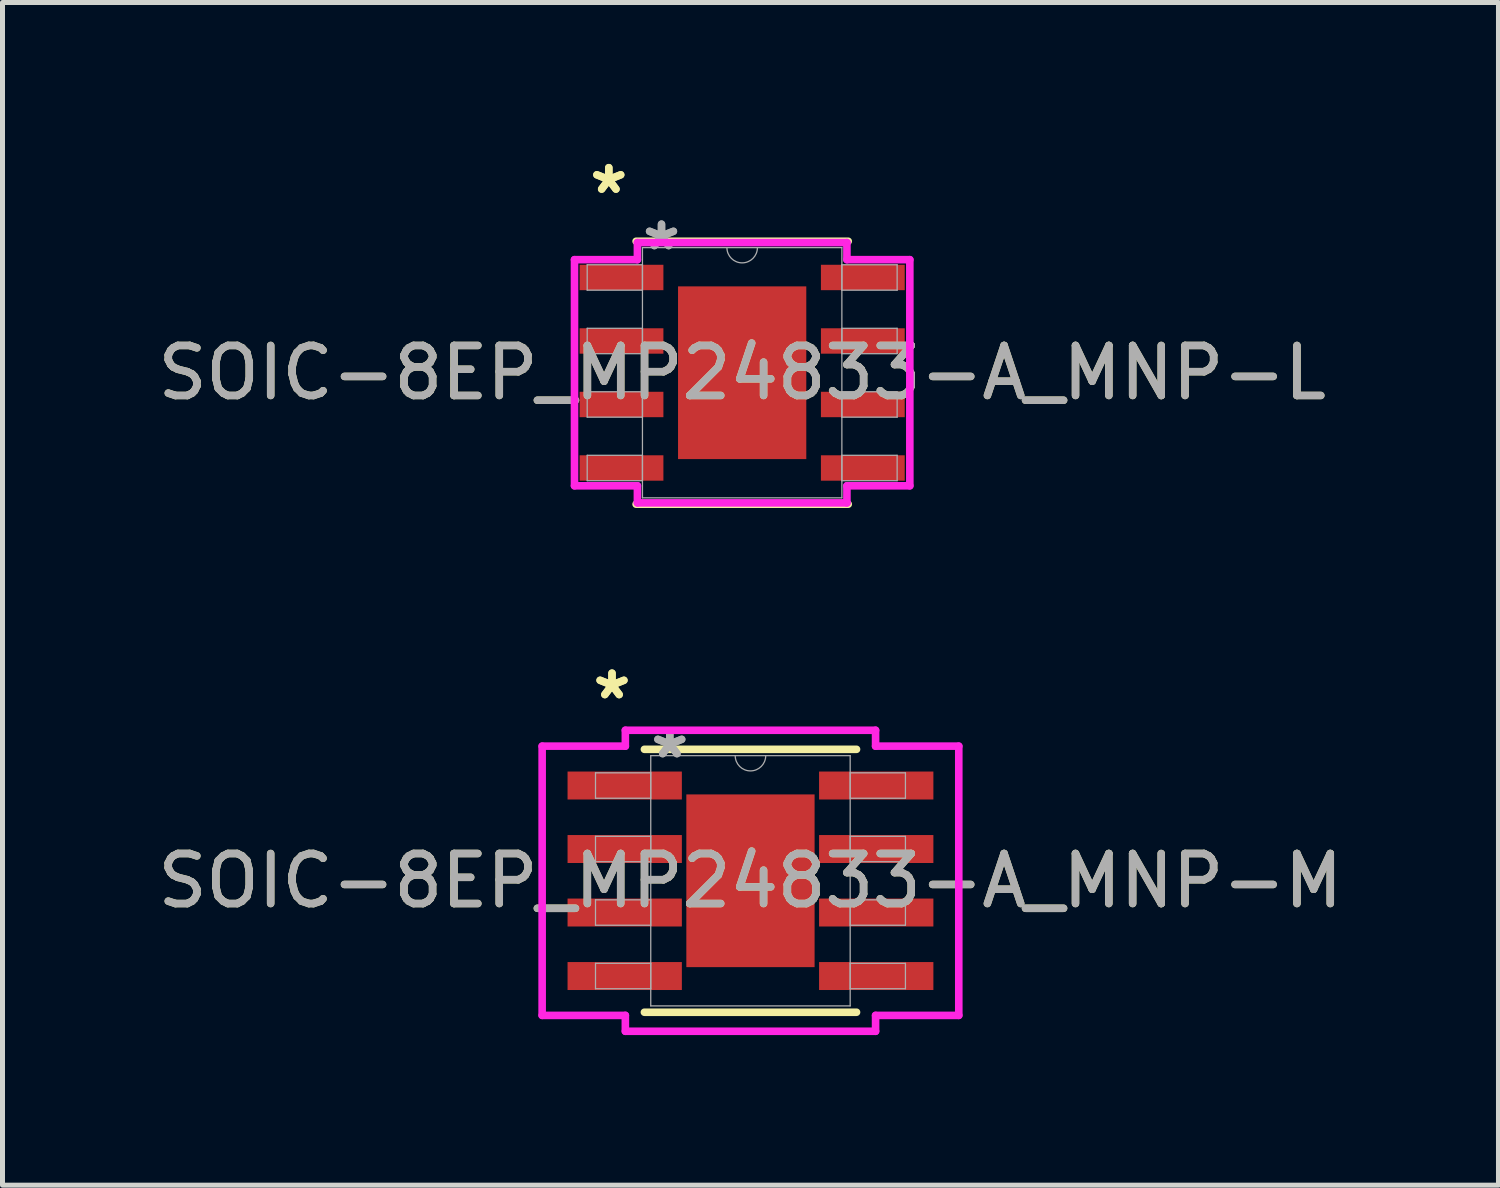
<source format=kicad_pcb>
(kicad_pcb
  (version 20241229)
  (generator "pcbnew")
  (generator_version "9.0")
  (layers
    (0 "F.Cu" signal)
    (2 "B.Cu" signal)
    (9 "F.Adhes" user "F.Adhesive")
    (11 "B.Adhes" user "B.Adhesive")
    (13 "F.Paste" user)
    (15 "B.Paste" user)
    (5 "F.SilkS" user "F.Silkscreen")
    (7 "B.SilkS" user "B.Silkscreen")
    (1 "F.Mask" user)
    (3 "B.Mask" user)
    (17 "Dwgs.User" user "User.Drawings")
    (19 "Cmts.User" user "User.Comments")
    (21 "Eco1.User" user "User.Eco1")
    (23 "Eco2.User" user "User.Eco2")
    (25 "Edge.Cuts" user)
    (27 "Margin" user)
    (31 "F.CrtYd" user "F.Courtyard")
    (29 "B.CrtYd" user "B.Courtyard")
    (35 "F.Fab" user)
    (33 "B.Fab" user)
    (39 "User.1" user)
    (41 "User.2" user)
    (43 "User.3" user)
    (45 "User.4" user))
  (footprint "SOIC-8EP_MP24833-A_MNP-L"
    (layer "F.Cu")
    (at 11.792 4.404)
    (property "Reference" "SOIC-8EP_MP24833-A_MNP-L" (at 0 0 0) (unlocked yes) (layer "F.SilkS") (effects (font (size 1 1) (thickness 0.15))))
    (attr smd)
    (fp_line (start -2.121 2.629) (end 2.121 2.629) (stroke (width 0.152) (type solid)) (layer "F.SilkS"))
    (fp_line (start 2.121 -2.629) (end -2.121 -2.629) (stroke (width 0.152) (type solid)) (layer "F.SilkS"))
    (fp_poly (pts (xy -1.183 -1.627) (xy -1.183 -0.1) (xy -0.1 -0.1) (xy -0.1 -1.627)) (stroke (width 0) (type solid)) (fill yes) (layer "F.Paste"))
    (fp_poly (pts (xy -1.183 0.1) (xy -1.183 1.627) (xy -0.1 1.627) (xy -0.1 0.1)) (stroke (width 0) (type solid)) (fill yes) (layer "F.Paste"))
    (fp_poly (pts (xy 0.1 -1.627) (xy 0.1 -0.1) (xy 1.183 -0.1) (xy 1.183 -1.627)) (stroke (width 0) (type solid)) (fill yes) (layer "F.Paste"))
    (fp_poly (pts (xy 0.1 0.1) (xy 0.1 1.627) (xy 1.183 1.627) (xy 1.183 0.1)) (stroke (width 0) (type solid)) (fill yes) (layer "F.Paste"))
    (fp_line (start -3.353 -2.261) (end -2.095 -2.261) (stroke (width 0.152) (type solid)) (layer "F.CrtYd"))
    (fp_line (start -3.353 2.261) (end -3.353 -2.261) (stroke (width 0.152) (type solid)) (layer "F.CrtYd"))
    (fp_line (start -3.353 2.261) (end -2.095 2.261) (stroke (width 0.152) (type solid)) (layer "F.CrtYd"))
    (fp_line (start -2.095 -2.603) (end 2.095 -2.603) (stroke (width 0.152) (type solid)) (layer "F.CrtYd"))
    (fp_line (start -2.095 -2.261) (end -2.095 -2.603) (stroke (width 0.152) (type solid)) (layer "F.CrtYd"))
    (fp_line (start -2.095 2.603) (end -2.095 2.261) (stroke (width 0.152) (type solid)) (layer "F.CrtYd"))
    (fp_line (start 2.095 -2.603) (end 2.095 -2.261) (stroke (width 0.152) (type solid)) (layer "F.CrtYd"))
    (fp_line (start 2.095 2.261) (end 2.095 2.603) (stroke (width 0.152) (type solid)) (layer "F.CrtYd"))
    (fp_line (start 2.095 2.603) (end -2.095 2.603) (stroke (width 0.152) (type solid)) (layer "F.CrtYd"))
    (fp_line (start 3.353 -2.261) (end 2.095 -2.261) (stroke (width 0.152) (type solid)) (layer "F.CrtYd"))
    (fp_line (start 3.353 -2.261) (end 3.353 2.261) (stroke (width 0.152) (type solid)) (layer "F.CrtYd"))
    (fp_line (start 3.353 2.261) (end 2.095 2.261) (stroke (width 0.152) (type solid)) (layer "F.CrtYd"))
    (fp_line (start -3.099 -2.159) (end -3.099 -1.651) (stroke (width 0.025) (type solid)) (layer "F.Fab"))
    (fp_line (start -3.099 -1.651) (end -1.994 -1.651) (stroke (width 0.025) (type solid)) (layer "F.Fab"))
    (fp_line (start -3.099 -0.889) (end -3.099 -0.381) (stroke (width 0.025) (type solid)) (layer "F.Fab"))
    (fp_line (start -3.099 -0.381) (end -1.994 -0.381) (stroke (width 0.025) (type solid)) (layer "F.Fab"))
    (fp_line (start -3.099 0.381) (end -3.099 0.889) (stroke (width 0.025) (type solid)) (layer "F.Fab"))
    (fp_line (start -3.099 0.889) (end -1.994 0.889) (stroke (width 0.025) (type solid)) (layer "F.Fab"))
    (fp_line (start -3.099 1.651) (end -3.099 2.159) (stroke (width 0.025) (type solid)) (layer "F.Fab"))
    (fp_line (start -3.099 2.159) (end -1.994 2.159) (stroke (width 0.025) (type solid)) (layer "F.Fab"))
    (fp_line (start -1.994 -2.502) (end -1.994 2.502) (stroke (width 0.025) (type solid)) (layer "F.Fab"))
    (fp_line (start -1.994 -2.159) (end -3.099 -2.159) (stroke (width 0.025) (type solid)) (layer "F.Fab"))
    (fp_line (start -1.994 -1.651) (end -1.994 -2.159) (stroke (width 0.025) (type solid)) (layer "F.Fab"))
    (fp_line (start -1.994 -0.889) (end -3.099 -0.889) (stroke (width 0.025) (type solid)) (layer "F.Fab"))
    (fp_line (start -1.994 -0.381) (end -1.994 -0.889) (stroke (width 0.025) (type solid)) (layer "F.Fab"))
    (fp_line (start -1.994 0.381) (end -3.099 0.381) (stroke (width 0.025) (type solid)) (layer "F.Fab"))
    (fp_line (start -1.994 0.889) (end -1.994 0.381) (stroke (width 0.025) (type solid)) (layer "F.Fab"))
    (fp_line (start -1.994 1.651) (end -3.099 1.651) (stroke (width 0.025) (type solid)) (layer "F.Fab"))
    (fp_line (start -1.994 2.159) (end -1.994 1.651) (stroke (width 0.025) (type solid)) (layer "F.Fab"))
    (fp_line (start -1.994 2.502) (end 1.994 2.502) (stroke (width 0.025) (type solid)) (layer "F.Fab"))
    (fp_line (start 1.994 -2.502) (end -1.994 -2.502) (stroke (width 0.025) (type solid)) (layer "F.Fab"))
    (fp_line (start 1.994 -2.159) (end 1.994 -1.651) (stroke (width 0.025) (type solid)) (layer "F.Fab"))
    (fp_line (start 1.994 -1.651) (end 3.099 -1.651) (stroke (width 0.025) (type solid)) (layer "F.Fab"))
    (fp_line (start 1.994 -0.889) (end 1.994 -0.381) (stroke (width 0.025) (type solid)) (layer "F.Fab"))
    (fp_line (start 1.994 -0.381) (end 3.099 -0.381) (stroke (width 0.025) (type solid)) (layer "F.Fab"))
    (fp_line (start 1.994 0.381) (end 1.994 0.889) (stroke (width 0.025) (type solid)) (layer "F.Fab"))
    (fp_line (start 1.994 0.889) (end 3.099 0.889) (stroke (width 0.025) (type solid)) (layer "F.Fab"))
    (fp_line (start 1.994 1.651) (end 1.994 2.159) (stroke (width 0.025) (type solid)) (layer "F.Fab"))
    (fp_line (start 1.994 2.159) (end 3.099 2.159) (stroke (width 0.025) (type solid)) (layer "F.Fab"))
    (fp_line (start 1.994 2.502) (end 1.994 -2.502) (stroke (width 0.025) (type solid)) (layer "F.Fab"))
    (fp_line (start 3.099 -2.159) (end 1.994 -2.159) (stroke (width 0.025) (type solid)) (layer "F.Fab"))
    (fp_line (start 3.099 -1.651) (end 3.099 -2.159) (stroke (width 0.025) (type solid)) (layer "F.Fab"))
    (fp_line (start 3.099 -0.889) (end 1.994 -0.889) (stroke (width 0.025) (type solid)) (layer "F.Fab"))
    (fp_line (start 3.099 -0.381) (end 3.099 -0.889) (stroke (width 0.025) (type solid)) (layer "F.Fab"))
    (fp_line (start 3.099 0.381) (end 1.994 0.381) (stroke (width 0.025) (type solid)) (layer "F.Fab"))
    (fp_line (start 3.099 0.889) (end 3.099 0.381) (stroke (width 0.025) (type solid)) (layer "F.Fab"))
    (fp_line (start 3.099 1.651) (end 1.994 1.651) (stroke (width 0.025) (type solid)) (layer "F.Fab"))
    (fp_line (start 3.099 2.159) (end 3.099 1.651) (stroke (width 0.025) (type solid)) (layer "F.Fab"))
    (fp_arc (start 0.3048 -2.5019) (mid 0 -2.1971) (end -0.3048 -2.5019) (stroke (width 0.0254) (type solid)) (layer "F.Fab"))
    (fp_text user "*" (at -2.667 -3.556 0) (layer "F.SilkS") (effects (font (size 1 1) (thickness 0.15))))
    (fp_text user "*" (at -2.667 -3.556 0) (unlocked yes) (layer "F.SilkS") (effects (font (size 1 1) (thickness 0.15))))
    (fp_text user "*" (at -1.613 -2.426 0) (layer "F.Fab") (effects (font (size 1 1) (thickness 0.15))))
    (fp_text user "${REFERENCE}" (at 0 0 0) (unlocked yes) (layer "F.Fab") (effects (font (size 1 1) (thickness 0.15))))
    (fp_text user "*" (at -1.613 -2.426 0) (unlocked yes) (layer "F.Fab") (effects (font (size 1 1) (thickness 0.15))))
    (pad "1" smd rect (at -2.413 -1.905) (size 1.676 0.508) (layers "F.Cu" "F.Mask" "F.Paste"))
    (pad "2" smd rect (at -2.413 -0.635) (size 1.676 0.508) (layers "F.Cu" "F.Mask" "F.Paste"))
    (pad "3" smd rect (at -2.413 0.635) (size 1.676 0.508) (layers "F.Cu" "F.Mask" "F.Paste"))
    (pad "4" smd rect (at -2.413 1.905) (size 1.676 0.508) (layers "F.Cu" "F.Mask" "F.Paste"))
    (pad "5" smd rect (at 2.413 1.905) (size 1.676 0.508) (layers "F.Cu" "F.Mask" "F.Paste"))
    (pad "6" smd rect (at 2.413 0.635) (size 1.676 0.508) (layers "F.Cu" "F.Mask" "F.Paste"))
    (pad "7" smd rect (at 2.413 -0.635) (size 1.676 0.508) (layers "F.Cu" "F.Mask" "F.Paste"))
    (pad "8" smd rect (at 2.413 -1.905) (size 1.676 0.508) (layers "F.Cu" "F.Mask" "F.Paste"))
    (pad "9" smd rect (at 0 0) (size 2.565 3.454) (layers "F.Cu" "F.Mask")))
  (footprint "SOIC-8EP_MP24833-A_MNP-M"
    (layer "F.Cu")
    (at 11.958 14.564)
    (property "Reference" "SOIC-8EP_MP24833-A_MNP-M" (at 0 0 0) (unlocked yes) (layer "F.SilkS") (effects (font (size 1 1) (thickness 0.15))))
    (attr smd)
    (fp_line (start -2.121 2.629) (end 2.121 2.629) (stroke (width 0.152) (type solid)) (layer "F.SilkS"))
    (fp_line (start 2.121 -2.629) (end -2.121 -2.629) (stroke (width 0.152) (type solid)) (layer "F.SilkS"))
    (fp_poly (pts (xy -1.183 -1.627) (xy -1.183 -0.1) (xy -0.1 -0.1) (xy -0.1 -1.627)) (stroke (width 0) (type solid)) (fill yes) (layer "F.Paste"))
    (fp_poly (pts (xy -1.183 0.1) (xy -1.183 1.627) (xy -0.1 1.627) (xy -0.1 0.1)) (stroke (width 0) (type solid)) (fill yes) (layer "F.Paste"))
    (fp_poly (pts (xy 0.1 -1.627) (xy 0.1 -0.1) (xy 1.183 -0.1) (xy 1.183 -1.627)) (stroke (width 0) (type solid)) (fill yes) (layer "F.Paste"))
    (fp_poly (pts (xy 0.1 0.1) (xy 0.1 1.627) (xy 1.183 1.627) (xy 1.183 0.1)) (stroke (width 0) (type solid)) (fill yes) (layer "F.Paste"))
    (fp_line (start -4.166 -2.692) (end -2.502 -2.692) (stroke (width 0.152) (type solid)) (layer "F.CrtYd"))
    (fp_line (start -4.166 2.692) (end -4.166 -2.692) (stroke (width 0.152) (type solid)) (layer "F.CrtYd"))
    (fp_line (start -4.166 2.692) (end -2.502 2.692) (stroke (width 0.152) (type solid)) (layer "F.CrtYd"))
    (fp_line (start -2.502 -3.01) (end 2.502 -3.01) (stroke (width 0.152) (type solid)) (layer "F.CrtYd"))
    (fp_line (start -2.502 -2.692) (end -2.502 -3.01) (stroke (width 0.152) (type solid)) (layer "F.CrtYd"))
    (fp_line (start -2.502 3.01) (end -2.502 2.692) (stroke (width 0.152) (type solid)) (layer "F.CrtYd"))
    (fp_line (start 2.502 -3.01) (end 2.502 -2.692) (stroke (width 0.152) (type solid)) (layer "F.CrtYd"))
    (fp_line (start 2.502 2.692) (end 2.502 3.01) (stroke (width 0.152) (type solid)) (layer "F.CrtYd"))
    (fp_line (start 2.502 3.01) (end -2.502 3.01) (stroke (width 0.152) (type solid)) (layer "F.CrtYd"))
    (fp_line (start 4.166 -2.692) (end 2.502 -2.692) (stroke (width 0.152) (type solid)) (layer "F.CrtYd"))
    (fp_line (start 4.166 -2.692) (end 4.166 2.692) (stroke (width 0.152) (type solid)) (layer "F.CrtYd"))
    (fp_line (start 4.166 2.692) (end 2.502 2.692) (stroke (width 0.152) (type solid)) (layer "F.CrtYd"))
    (fp_line (start -3.099 -2.159) (end -3.099 -1.651) (stroke (width 0.025) (type solid)) (layer "F.Fab"))
    (fp_line (start -3.099 -1.651) (end -1.994 -1.651) (stroke (width 0.025) (type solid)) (layer "F.Fab"))
    (fp_line (start -3.099 -0.889) (end -3.099 -0.381) (stroke (width 0.025) (type solid)) (layer "F.Fab"))
    (fp_line (start -3.099 -0.381) (end -1.994 -0.381) (stroke (width 0.025) (type solid)) (layer "F.Fab"))
    (fp_line (start -3.099 0.381) (end -3.099 0.889) (stroke (width 0.025) (type solid)) (layer "F.Fab"))
    (fp_line (start -3.099 0.889) (end -1.994 0.889) (stroke (width 0.025) (type solid)) (layer "F.Fab"))
    (fp_line (start -3.099 1.651) (end -3.099 2.159) (stroke (width 0.025) (type solid)) (layer "F.Fab"))
    (fp_line (start -3.099 2.159) (end -1.994 2.159) (stroke (width 0.025) (type solid)) (layer "F.Fab"))
    (fp_line (start -1.994 -2.502) (end -1.994 2.502) (stroke (width 0.025) (type solid)) (layer "F.Fab"))
    (fp_line (start -1.994 -2.159) (end -3.099 -2.159) (stroke (width 0.025) (type solid)) (layer "F.Fab"))
    (fp_line (start -1.994 -1.651) (end -1.994 -2.159) (stroke (width 0.025) (type solid)) (layer "F.Fab"))
    (fp_line (start -1.994 -0.889) (end -3.099 -0.889) (stroke (width 0.025) (type solid)) (layer "F.Fab"))
    (fp_line (start -1.994 -0.381) (end -1.994 -0.889) (stroke (width 0.025) (type solid)) (layer "F.Fab"))
    (fp_line (start -1.994 0.381) (end -3.099 0.381) (stroke (width 0.025) (type solid)) (layer "F.Fab"))
    (fp_line (start -1.994 0.889) (end -1.994 0.381) (stroke (width 0.025) (type solid)) (layer "F.Fab"))
    (fp_line (start -1.994 1.651) (end -3.099 1.651) (stroke (width 0.025) (type solid)) (layer "F.Fab"))
    (fp_line (start -1.994 2.159) (end -1.994 1.651) (stroke (width 0.025) (type solid)) (layer "F.Fab"))
    (fp_line (start -1.994 2.502) (end 1.994 2.502) (stroke (width 0.025) (type solid)) (layer "F.Fab"))
    (fp_line (start 1.994 -2.502) (end -1.994 -2.502) (stroke (width 0.025) (type solid)) (layer "F.Fab"))
    (fp_line (start 1.994 -2.159) (end 1.994 -1.651) (stroke (width 0.025) (type solid)) (layer "F.Fab"))
    (fp_line (start 1.994 -1.651) (end 3.099 -1.651) (stroke (width 0.025) (type solid)) (layer "F.Fab"))
    (fp_line (start 1.994 -0.889) (end 1.994 -0.381) (stroke (width 0.025) (type solid)) (layer "F.Fab"))
    (fp_line (start 1.994 -0.381) (end 3.099 -0.381) (stroke (width 0.025) (type solid)) (layer "F.Fab"))
    (fp_line (start 1.994 0.381) (end 1.994 0.889) (stroke (width 0.025) (type solid)) (layer "F.Fab"))
    (fp_line (start 1.994 0.889) (end 3.099 0.889) (stroke (width 0.025) (type solid)) (layer "F.Fab"))
    (fp_line (start 1.994 1.651) (end 1.994 2.159) (stroke (width 0.025) (type solid)) (layer "F.Fab"))
    (fp_line (start 1.994 2.159) (end 3.099 2.159) (stroke (width 0.025) (type solid)) (layer "F.Fab"))
    (fp_line (start 1.994 2.502) (end 1.994 -2.502) (stroke (width 0.025) (type solid)) (layer "F.Fab"))
    (fp_line (start 3.099 -2.159) (end 1.994 -2.159) (stroke (width 0.025) (type solid)) (layer "F.Fab"))
    (fp_line (start 3.099 -1.651) (end 3.099 -2.159) (stroke (width 0.025) (type solid)) (layer "F.Fab"))
    (fp_line (start 3.099 -0.889) (end 1.994 -0.889) (stroke (width 0.025) (type solid)) (layer "F.Fab"))
    (fp_line (start 3.099 -0.381) (end 3.099 -0.889) (stroke (width 0.025) (type solid)) (layer "F.Fab"))
    (fp_line (start 3.099 0.381) (end 1.994 0.381) (stroke (width 0.025) (type solid)) (layer "F.Fab"))
    (fp_line (start 3.099 0.889) (end 3.099 0.381) (stroke (width 0.025) (type solid)) (layer "F.Fab"))
    (fp_line (start 3.099 1.651) (end 1.994 1.651) (stroke (width 0.025) (type solid)) (layer "F.Fab"))
    (fp_line (start 3.099 2.159) (end 3.099 1.651) (stroke (width 0.025) (type solid)) (layer "F.Fab"))
    (fp_arc (start 0.3048 -2.5019) (mid 0 -2.1971) (end -0.3048 -2.5019) (stroke (width 0.0254) (type solid)) (layer "F.Fab"))
    (fp_text user "*" (at -2.769 -3.607 0) (unlocked yes) (layer "F.SilkS") (effects (font (size 1 1) (thickness 0.15))))
    (fp_text user "*" (at -2.769 -3.607 0) (layer "F.SilkS") (effects (font (size 1 1) (thickness 0.15))))
    (fp_text user "*" (at -1.613 -2.426 0) (layer "F.Fab") (effects (font (size 1 1) (thickness 0.15))))
    (fp_text user "${REFERENCE}" (at 0 0 0) (unlocked yes) (layer "F.Fab") (effects (font (size 1 1) (thickness 0.15))))
    (fp_text user "*" (at -1.613 -2.426 0) (unlocked yes) (layer "F.Fab") (effects (font (size 1 1) (thickness 0.15))))
    (pad "1" smd rect (at -2.515 -1.905) (size 2.286 0.559) (layers "F.Cu" "F.Mask" "F.Paste"))
    (pad "2" smd rect (at -2.515 -0.635) (size 2.286 0.559) (layers "F.Cu" "F.Mask" "F.Paste"))
    (pad "3" smd rect (at -2.515 0.635) (size 2.286 0.559) (layers "F.Cu" "F.Mask" "F.Paste"))
    (pad "4" smd rect (at -2.515 1.905) (size 2.286 0.559) (layers "F.Cu" "F.Mask" "F.Paste"))
    (pad "5" smd rect (at 2.515 1.905) (size 2.286 0.559) (layers "F.Cu" "F.Mask" "F.Paste"))
    (pad "6" smd rect (at 2.515 0.635) (size 2.286 0.559) (layers "F.Cu" "F.Mask" "F.Paste"))
    (pad "7" smd rect (at 2.515 -0.635) (size 2.286 0.559) (layers "F.Cu" "F.Mask" "F.Paste"))
    (pad "8" smd rect (at 2.515 -1.905) (size 2.286 0.559) (layers "F.Cu" "F.Mask" "F.Paste"))
    (pad "9" smd rect (at 0 0) (size 2.565 3.454) (layers "F.Cu" "F.Mask")))
  (gr_rect
    (start -3 -3)
    (end 26.917 20.651)
    (stroke (width 0.1) (type default))
    (fill no)
    (layer "Edge.Cuts")))
</source>
